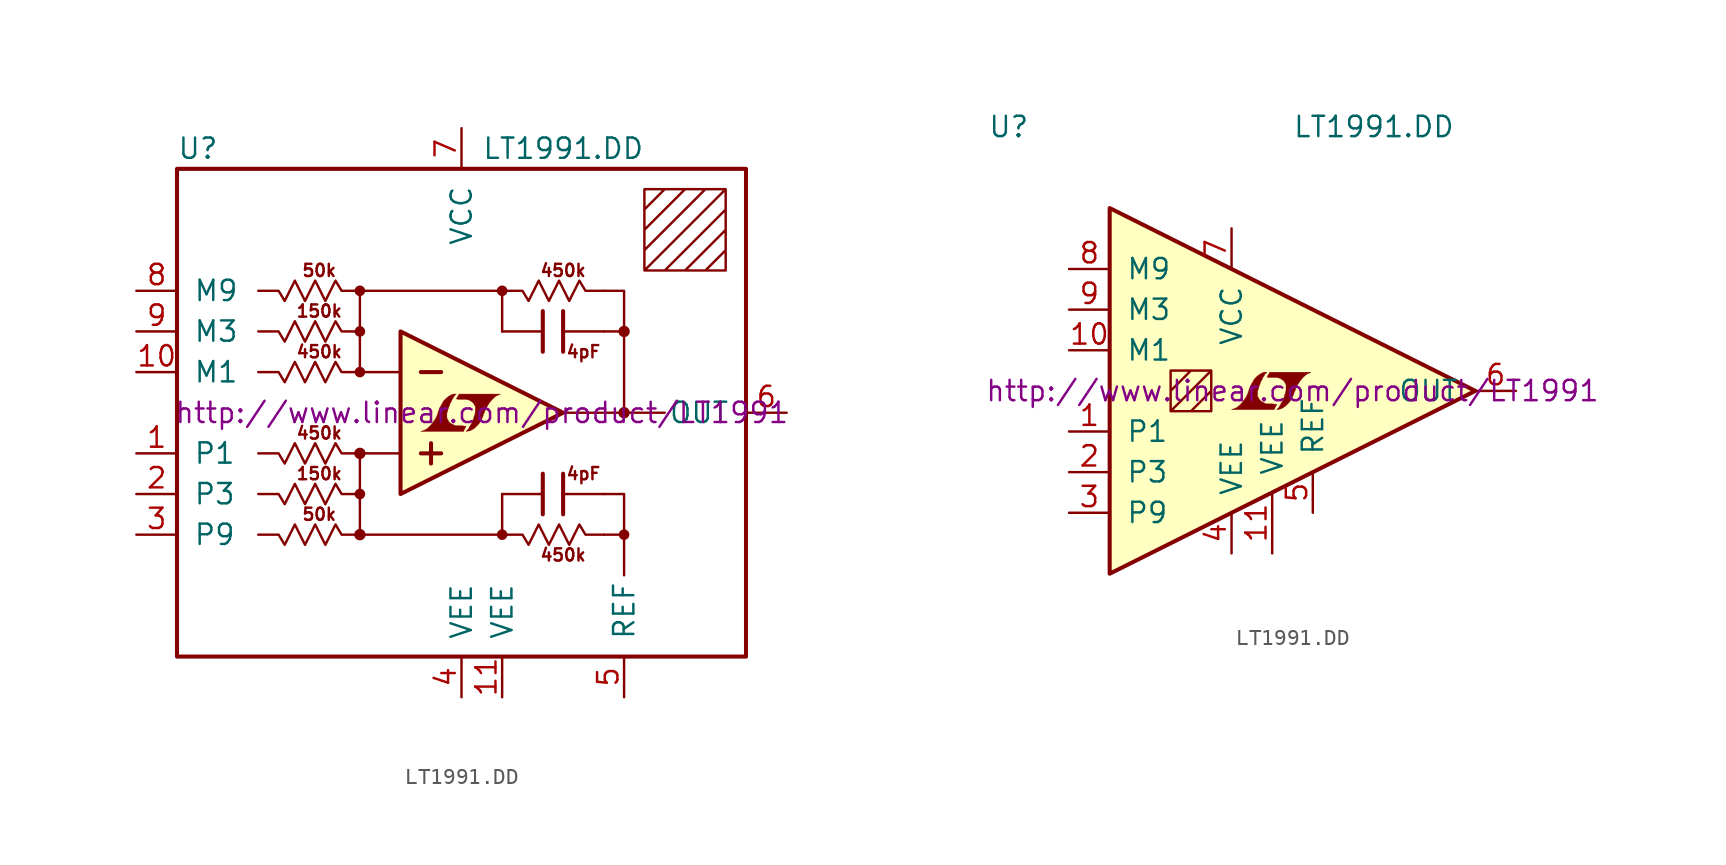
<source format=kicad_sym>
(kicad_symbol_lib
  (version 20201005)
  (generator kicad_symbol_editor)
  (symbol "LT1991.DD"
    (pin_names
      (offset 1.016))
    (property "Reference" "U"
      (at -15.24 16.51 0)
      (effects (font (size 1.27 1.27)) (justify left)))
    (property "Value" "LT1991.DD"
      (at 3.81 16.51 0)
      (effects (font (size 1.27 1.27)) (justify left)))
    (property "Datasheet" "http://www.linear.com/product/LT1991"
      (at 3.81 0 0)
      (effects (font (size 1.27 1.27))))
    (symbol "LT1991.DD_0_1"
      (circle (center -3.81 -7.62) (radius 0.279) (stroke (width 0)) (fill (type outline)))
      (circle (center -3.81 -5.08) (radius 0.254) (stroke (width 0)) (fill (type outline)))
      (circle (center -3.81 -2.54) (radius 0.279) (stroke (width 0)) (fill (type outline)))
      (circle (center -3.81 2.54) (radius 0.254) (stroke (width 0)) (fill (type outline)))
      (circle (center -3.81 5.08) (radius 0.254) (stroke (width 0)) (fill (type outline)))
      (circle (center -3.81 7.62) (radius 0.254) (stroke (width 0)) (fill (type outline)))
      (circle (center 5.08 -7.62) (radius 0.254) (stroke (width 0)) (fill (type outline)))
      (circle (center 5.08 7.62) (radius 0.254) (stroke (width 0)) (fill (type outline)))
      (circle (center 12.7 -7.62) (radius 0.254) (stroke (width 0)) (fill (type outline)))
      (circle (center 12.7 0) (radius 0.279) (stroke (width 0)) (fill (type outline)))
      (circle (center 12.7 5.08) (radius 0.279) (stroke (width 0)) (fill (type outline)))
      (text "150k" (at -6.35 -3.81 0) (effects (font (size 0.762 0.762))))
      (text "150k" (at -6.35 6.35 0) (effects (font (size 0.762 0.762))))
      (text "450k" (at -6.35 -1.27 0) (effects (font (size 0.762 0.762))))
      (text "450k" (at -6.35 3.81 0) (effects (font (size 0.762 0.762))))
      (text "450k" (at 8.89 -8.89 0) (effects (font (size 0.762 0.762))))
      (text "450k" (at 8.89 8.89 0) (effects (font (size 0.762 0.762))))
      (text "4pF" (at 10.16 -3.81 0) (effects (font (size 0.762 0.762))))
      (text "4pF" (at 10.16 3.81 0) (effects (font (size 0.762 0.762))))
      (text "50k" (at -6.35 -6.35 0) (effects (font (size 0.762 0.762))))
      (text "50k" (at -6.35 8.89 0) (effects (font (size 0.762 0.762))))
      (rectangle (start -15.24 15.24) (end 20.32 -15.24) (stroke (width 0.254)) (fill (type none)))
      (polyline (pts (xy 0 -2.54) (xy 1.27 -2.54)) (stroke (width 0.254)) (fill (type none)))
      (polyline (pts (xy 0 2.54) (xy 1.27 2.54)) (stroke (width 0.254)) (fill (type none)))
      (polyline (pts (xy 0.635 -1.905) (xy 0.635 -3.175)) (stroke (width 0.254)) (fill (type none)))
      (polyline (pts (xy 5.08 -5.08) (xy 7.62 -5.08)) (stroke (width 0)) (fill (type none)))
      (polyline (pts (xy 5.08 5.08) (xy 7.62 5.08)) (stroke (width 0)) (fill (type none)))
      (polyline (pts (xy 7.62 -3.81) (xy 7.62 -6.35)) (stroke (width 0.254)) (fill (type none)))
      (polyline (pts (xy 7.62 6.35) (xy 7.62 3.81)) (stroke (width 0.254)) (fill (type none)))
      (polyline (pts (xy 8.89 -5.08) (xy 11.43 -5.08)) (stroke (width 0)) (fill (type none)))
      (polyline (pts (xy 8.89 -3.81) (xy 8.89 -6.35)) (stroke (width 0.254)) (fill (type none)))
      (polyline (pts (xy 8.89 0) (xy 15.24 0)) (stroke (width 0)) (fill (type none)))
      (polyline (pts (xy 8.89 5.08) (xy 11.43 5.08)) (stroke (width 0)) (fill (type none)))
      (polyline (pts (xy 8.89 6.35) (xy 8.89 3.81)) (stroke (width 0.254)) (fill (type none)))
      (polyline (pts (xy 11.43 5.08) (xy 12.7 5.08)) (stroke (width 0)) (fill (type none)))
      (polyline (pts (xy 12.7 -7.62) (xy 12.7 -10.16)) (stroke (width 0)) (fill (type none)))
      (polyline (pts (xy 11.43 7.62) (xy 12.7 7.62) (xy 12.7 0)) (stroke (width 0)) (fill (type none)))
      (polyline (pts (xy -1.27 -5.08) (xy -1.27 5.08) (xy 8.89 0) (xy -1.27 -5.08)) (stroke (width 0.254)) (fill (type background)))
      (polyline (pts (xy 11.43 -5.08) (xy 12.7 -5.08) (xy 12.7 -7.62) (xy 11.43 -7.62)) (stroke (width 0)) (fill (type none)))
      (polyline (pts (xy -1.27 -2.54) (xy -3.81 -2.54) (xy -3.81 -7.62) (xy 5.08 -7.62) (xy 5.08 -5.08)) (stroke (width 0)) (fill (type none)))
      (polyline (pts (xy -1.27 2.54) (xy -3.81 2.54) (xy -3.81 7.62) (xy 5.08 7.62) (xy 5.08 5.08)) (stroke (width 0)) (fill (type none)))
      (polyline (pts (xy -10.16 -7.62) (xy -8.89 -7.62) (xy -8.509 -8.255) (xy -7.874 -6.985) (xy -7.239 -8.255) (xy -6.604 -6.985) (xy -5.969 -8.255) (xy -5.334 -6.985) (xy -4.953 -7.62) (xy -3.81 -7.62)) (stroke (width 0)) (fill (type none)))
      (polyline (pts (xy -10.16 -5.08) (xy -8.89 -5.08) (xy -8.509 -5.715) (xy -7.874 -4.445) (xy -7.239 -5.715) (xy -6.604 -4.445) (xy -5.969 -5.715) (xy -5.334 -4.445) (xy -4.953 -5.08) (xy -3.81 -5.08)) (stroke (width 0)) (fill (type none)))
      (polyline (pts (xy -10.16 -2.54) (xy -8.89 -2.54) (xy -8.509 -3.175) (xy -7.874 -1.905) (xy -7.239 -3.175) (xy -6.604 -1.905) (xy -5.969 -3.175) (xy -5.334 -1.905) (xy -4.953 -2.54) (xy -3.81 -2.54)) (stroke (width 0)) (fill (type none)))
      (polyline (pts (xy -10.16 2.54) (xy -8.89 2.54) (xy -8.509 1.905) (xy -7.874 3.175) (xy -7.239 1.905) (xy -6.604 3.175) (xy -5.969 1.905) (xy -5.334 3.175) (xy -4.953 2.54) (xy -3.81 2.54)) (stroke (width 0)) (fill (type none)))
      (polyline (pts (xy -10.16 5.08) (xy -8.89 5.08) (xy -8.509 4.445) (xy -7.874 5.715) (xy -7.239 4.445) (xy -6.604 5.715) (xy -5.969 4.445) (xy -5.334 5.715) (xy -4.953 5.08) (xy -3.81 5.08)) (stroke (width 0)) (fill (type none)))
      (polyline (pts (xy -10.16 7.62) (xy -8.89 7.62) (xy -8.509 6.985) (xy -7.874 8.255) (xy -7.239 6.985) (xy -6.604 8.255) (xy -5.969 6.985) (xy -5.334 8.255) (xy -4.953 7.62) (xy -3.81 7.62)) (stroke (width 0)) (fill (type none)))
      (polyline (pts (xy 5.08 -7.62) (xy 6.35 -7.62) (xy 6.731 -8.255) (xy 7.366 -6.985) (xy 8.001 -8.255) (xy 8.636 -6.985) (xy 9.271 -8.255) (xy 9.906 -6.985) (xy 10.287 -7.62) (xy 11.43 -7.62)) (stroke (width 0)) (fill (type none)))
      (polyline (pts (xy 5.08 7.62) (xy 6.35 7.62) (xy 6.731 6.985) (xy 7.366 8.255) (xy 8.001 6.985) (xy 8.636 8.255) (xy 9.271 6.985) (xy 9.906 8.255) (xy 10.287 7.62) (xy 11.43 7.62)) (stroke (width 0)) (fill (type none)))
      (polyline (pts (xy 13.97 12.7) (xy 15.24 13.97) (xy 16.51 13.97) (xy 13.97 11.43) (xy 13.97 10.16) (xy 17.78 13.97) (xy 19.05 13.97) (xy 13.97 8.89) (xy 15.24 8.89) (xy 19.05 12.7) (xy 19.05 11.43) (xy 16.51 8.89) (xy 17.78 8.89) (xy 19.05 10.16) (xy 19.05 8.89) (xy 13.97 8.89) (xy 13.97 13.97) (xy 19.05 13.97) (xy 19.05 8.89)) (stroke (width 0)) (fill (type none)))
      (polyline (pts (xy 2.743 -0.991) (xy 2.769 -0.965) (xy 2.819 -0.864) (xy 2.819 -0.838) (xy 2.692 -0.838) (xy 2.591 -0.813) (xy 2.134 -0.813) (xy 2.108 -0.787) (xy 1.854 -0.66) (xy 1.753 -0.559) (xy 1.676 -0.432) (xy 1.626 -0.33) (xy 1.626 -0.025) (xy 1.676 0.127) (xy 1.702 0.229) (xy 1.727 0.305) (xy 1.778 0.432) (xy 1.829 0.584) (xy 1.905 0.711) (xy 1.956 0.838) (xy 2.032 0.94) (xy 2.083 1.041) (xy 2.21 1.168) (xy 2.032 1.168) (xy 1.905 1.118) (xy 1.803 1.067) (xy 1.727 1.016) (xy 1.6 0.914) (xy 1.422 0.737) (xy 1.168 0.279) (xy 1.067 0) (xy 1.067 -0.051) (xy 1.016 -0.152) (xy 0.965 -0.279) (xy 0.914 -0.381) (xy 0.787 -0.559) (xy 0.635 -0.762) (xy 0.483 -0.914) (xy 0.33 -1.041) (xy 0.152 -1.118) (xy 0 -1.168) (xy 2.667 -1.168) (xy 2.743 -0.991)) (stroke (width 0.025)) (fill (type outline)))
      (polyline (pts (xy 2.946 -1.143) (xy 3.023 -1.143) (xy 3.2 -1.067) (xy 3.353 -0.965) (xy 3.632 -0.686) (xy 3.759 -0.483) (xy 3.861 -0.279) (xy 3.937 -0.025) (xy 3.962 -0.025) (xy 4.039 0.229) (xy 4.293 0.635) (xy 4.445 0.813) (xy 4.597 0.965) (xy 4.75 1.067) (xy 4.928 1.143) (xy 4.953 1.143) (xy 4.953 1.168) (xy 2.388 1.168) (xy 2.311 1.016) (xy 2.286 0.991) (xy 2.235 0.889) (xy 2.21 0.864) (xy 2.261 0.864) (xy 2.311 0.838) (xy 2.845 0.838) (xy 2.896 0.813) (xy 2.946 0.813) (xy 3.023 0.787) (xy 3.15 0.711) (xy 3.277 0.61) (xy 3.353 0.483) (xy 3.378 0.432) (xy 3.404 0.406) (xy 3.404 0) (xy 3.378 -0.051) (xy 3.378 -0.127) (xy 3.327 -0.229) (xy 3.302 -0.356) (xy 3.226 -0.508) (xy 3.175 -0.66) (xy 3.023 -0.914) (xy 2.972 -1.016) (xy 2.819 -1.168) (xy 2.946 -1.143)) (stroke (width 0.025)) (fill (type outline))))
    (symbol "LT1991.DD_0_2"
      (polyline (pts (xy 15.24 0) (xy -7.62 -11.43) (xy -7.62 11.43) (xy 15.24 0)) (stroke (width 0.254)) (fill (type background)))
      (polyline (pts (xy -3.81 0) (xy -2.54 1.27) (xy -1.27 1.27) (xy -3.81 -1.27) (xy -2.54 -1.27) (xy -1.27 0) (xy -1.27 -1.27) (xy -3.81 -1.27) (xy -3.81 1.27) (xy -1.27 1.27) (xy -1.27 -1.27)) (stroke (width 0)) (fill (type none)))
      (polyline (pts (xy 2.743 -0.991) (xy 2.769 -0.965) (xy 2.819 -0.864) (xy 2.819 -0.838) (xy 2.692 -0.838) (xy 2.591 -0.813) (xy 2.134 -0.813) (xy 2.108 -0.787) (xy 1.854 -0.66) (xy 1.753 -0.559) (xy 1.676 -0.432) (xy 1.626 -0.33) (xy 1.626 -0.025) (xy 1.676 0.127) (xy 1.702 0.229) (xy 1.727 0.305) (xy 1.778 0.432) (xy 1.829 0.584) (xy 1.905 0.711) (xy 1.956 0.838) (xy 2.032 0.94) (xy 2.083 1.041) (xy 2.21 1.168) (xy 2.032 1.168) (xy 1.905 1.118) (xy 1.803 1.067) (xy 1.727 1.016) (xy 1.6 0.914) (xy 1.422 0.737) (xy 1.168 0.279) (xy 1.067 0) (xy 1.067 -0.051) (xy 1.016 -0.152) (xy 0.965 -0.279) (xy 0.914 -0.381) (xy 0.787 -0.559) (xy 0.635 -0.762) (xy 0.483 -0.914) (xy 0.33 -1.041) (xy 0.152 -1.118) (xy 0 -1.168) (xy 2.667 -1.168) (xy 2.743 -0.991)) (stroke (width 0.025)) (fill (type outline)))
      (polyline (pts (xy 2.946 -1.143) (xy 3.023 -1.143) (xy 3.2 -1.067) (xy 3.353 -0.965) (xy 3.632 -0.686) (xy 3.759 -0.483) (xy 3.861 -0.279) (xy 3.937 -0.025) (xy 3.962 -0.025) (xy 4.039 0.229) (xy 4.293 0.635) (xy 4.445 0.813) (xy 4.597 0.965) (xy 4.75 1.067) (xy 4.928 1.143) (xy 4.953 1.143) (xy 4.953 1.168) (xy 2.388 1.168) (xy 2.311 1.016) (xy 2.286 0.991) (xy 2.235 0.889) (xy 2.21 0.864) (xy 2.261 0.864) (xy 2.311 0.838) (xy 2.845 0.838) (xy 2.896 0.813) (xy 2.946 0.813) (xy 3.023 0.787) (xy 3.15 0.711) (xy 3.277 0.61) (xy 3.353 0.483) (xy 3.378 0.432) (xy 3.404 0.406) (xy 3.404 0) (xy 3.378 -0.051) (xy 3.378 -0.127) (xy 3.327 -0.229) (xy 3.302 -0.356) (xy 3.226 -0.508) (xy 3.175 -0.66) (xy 3.023 -0.914) (xy 2.972 -1.016) (xy 2.819 -1.168) (xy 2.946 -1.143)) (stroke (width 0.025)) (fill (type outline))))
    (symbol "LT1991.DD_1_1"
      (pin input line (at -17.78 -2.54 0) (length 2.54) (name "P1" (effects (font (size 1.27 1.27)))) (number "1" (effects (font (size 1.27 1.27)))))
      (pin input line (at -17.78 -5.08 0) (length 2.54) (name "P3" (effects (font (size 1.27 1.27)))) (number "2" (effects (font (size 1.27 1.27)))))
      (pin input line (at -17.78 -7.62 0) (length 2.54) (name "P9" (effects (font (size 1.27 1.27)))) (number "3" (effects (font (size 1.27 1.27)))))
      (pin power_in line (at 2.54 -17.78 90) (length 2.54) (name "VEE" (effects (font (size 1.27 1.27)))) (number "4" (effects (font (size 1.27 1.27)))))
      (pin input line (at 12.7 -17.78 90) (length 2.54) (name "REF" (effects (font (size 1.27 1.27)))) (number "5" (effects (font (size 1.27 1.27)))))
      (pin output line (at 22.86 0 180) (length 2.54) (name "OUT" (effects (font (size 1.27 1.27)))) (number "6" (effects (font (size 1.27 1.27)))))
      (pin power_in line (at 2.54 17.78 270) (length 2.54) (name "VCC" (effects (font (size 1.27 1.27)))) (number "7" (effects (font (size 1.27 1.27)))))
      (pin input line (at -17.78 7.62 0) (length 2.54) (name "M9" (effects (font (size 1.27 1.27)))) (number "8" (effects (font (size 1.27 1.27)))))
      (pin input line (at -17.78 5.08 0) (length 2.54) (name "M3" (effects (font (size 1.27 1.27)))) (number "9" (effects (font (size 1.27 1.27)))))
      (pin input line (at -17.78 2.54 0) (length 2.54) (name "M1" (effects (font (size 1.27 1.27)))) (number "10" (effects (font (size 1.27 1.27)))))
      (pin power_in line (at 5.08 -17.78 90) (length 2.54) (name "VEE" (effects (font (size 1.27 1.27)))) (number "11" (effects (font (size 1.27 1.27))))))
    (symbol "LT1991.DD_1_2"
      (pin input line (at -10.16 -2.54 0) (length 2.54) (name "P1" (effects (font (size 1.27 1.27)))) (number "1" (effects (font (size 1.27 1.27)))))
      (pin input line (at -10.16 -5.08 0) (length 2.54) (name "P3" (effects (font (size 1.27 1.27)))) (number "2" (effects (font (size 1.27 1.27)))))
      (pin input line (at -10.16 -7.62 0) (length 2.54) (name "P9" (effects (font (size 1.27 1.27)))) (number "3" (effects (font (size 1.27 1.27)))))
      (pin power_in line (at 0 -10.16 90) (length 2.54) (name "VEE" (effects (font (size 1.27 1.27)))) (number "4" (effects (font (size 1.27 1.27)))))
      (pin input line (at 5.08 -7.62 90) (length 2.54) (name "REF" (effects (font (size 1.27 1.27)))) (number "5" (effects (font (size 1.27 1.27)))))
      (pin output line (at 17.78 0 180) (length 2.54) (name "OUT" (effects (font (size 1.27 1.27)))) (number "6" (effects (font (size 1.27 1.27)))))
      (pin power_in line (at 0 10.16 270) (length 2.54) (name "VCC" (effects (font (size 1.27 1.27)))) (number "7" (effects (font (size 1.27 1.27)))))
      (pin input line (at -10.16 7.62 0) (length 2.54) (name "M9" (effects (font (size 1.27 1.27)))) (number "8" (effects (font (size 1.27 1.27)))))
      (pin input line (at -10.16 5.08 0) (length 2.54) (name "M3" (effects (font (size 1.27 1.27)))) (number "9" (effects (font (size 1.27 1.27)))))
      (pin input line (at -10.16 2.54 0) (length 2.54) (name "M1" (effects (font (size 1.27 1.27)))) (number "10" (effects (font (size 1.27 1.27)))))
      (pin power_in line (at 2.54 -10.16 90) (length 3.81) (name "VEE" (effects (font (size 1.27 1.27)))) (number "11" (effects (font (size 1.27 1.27))))))))
</source>
